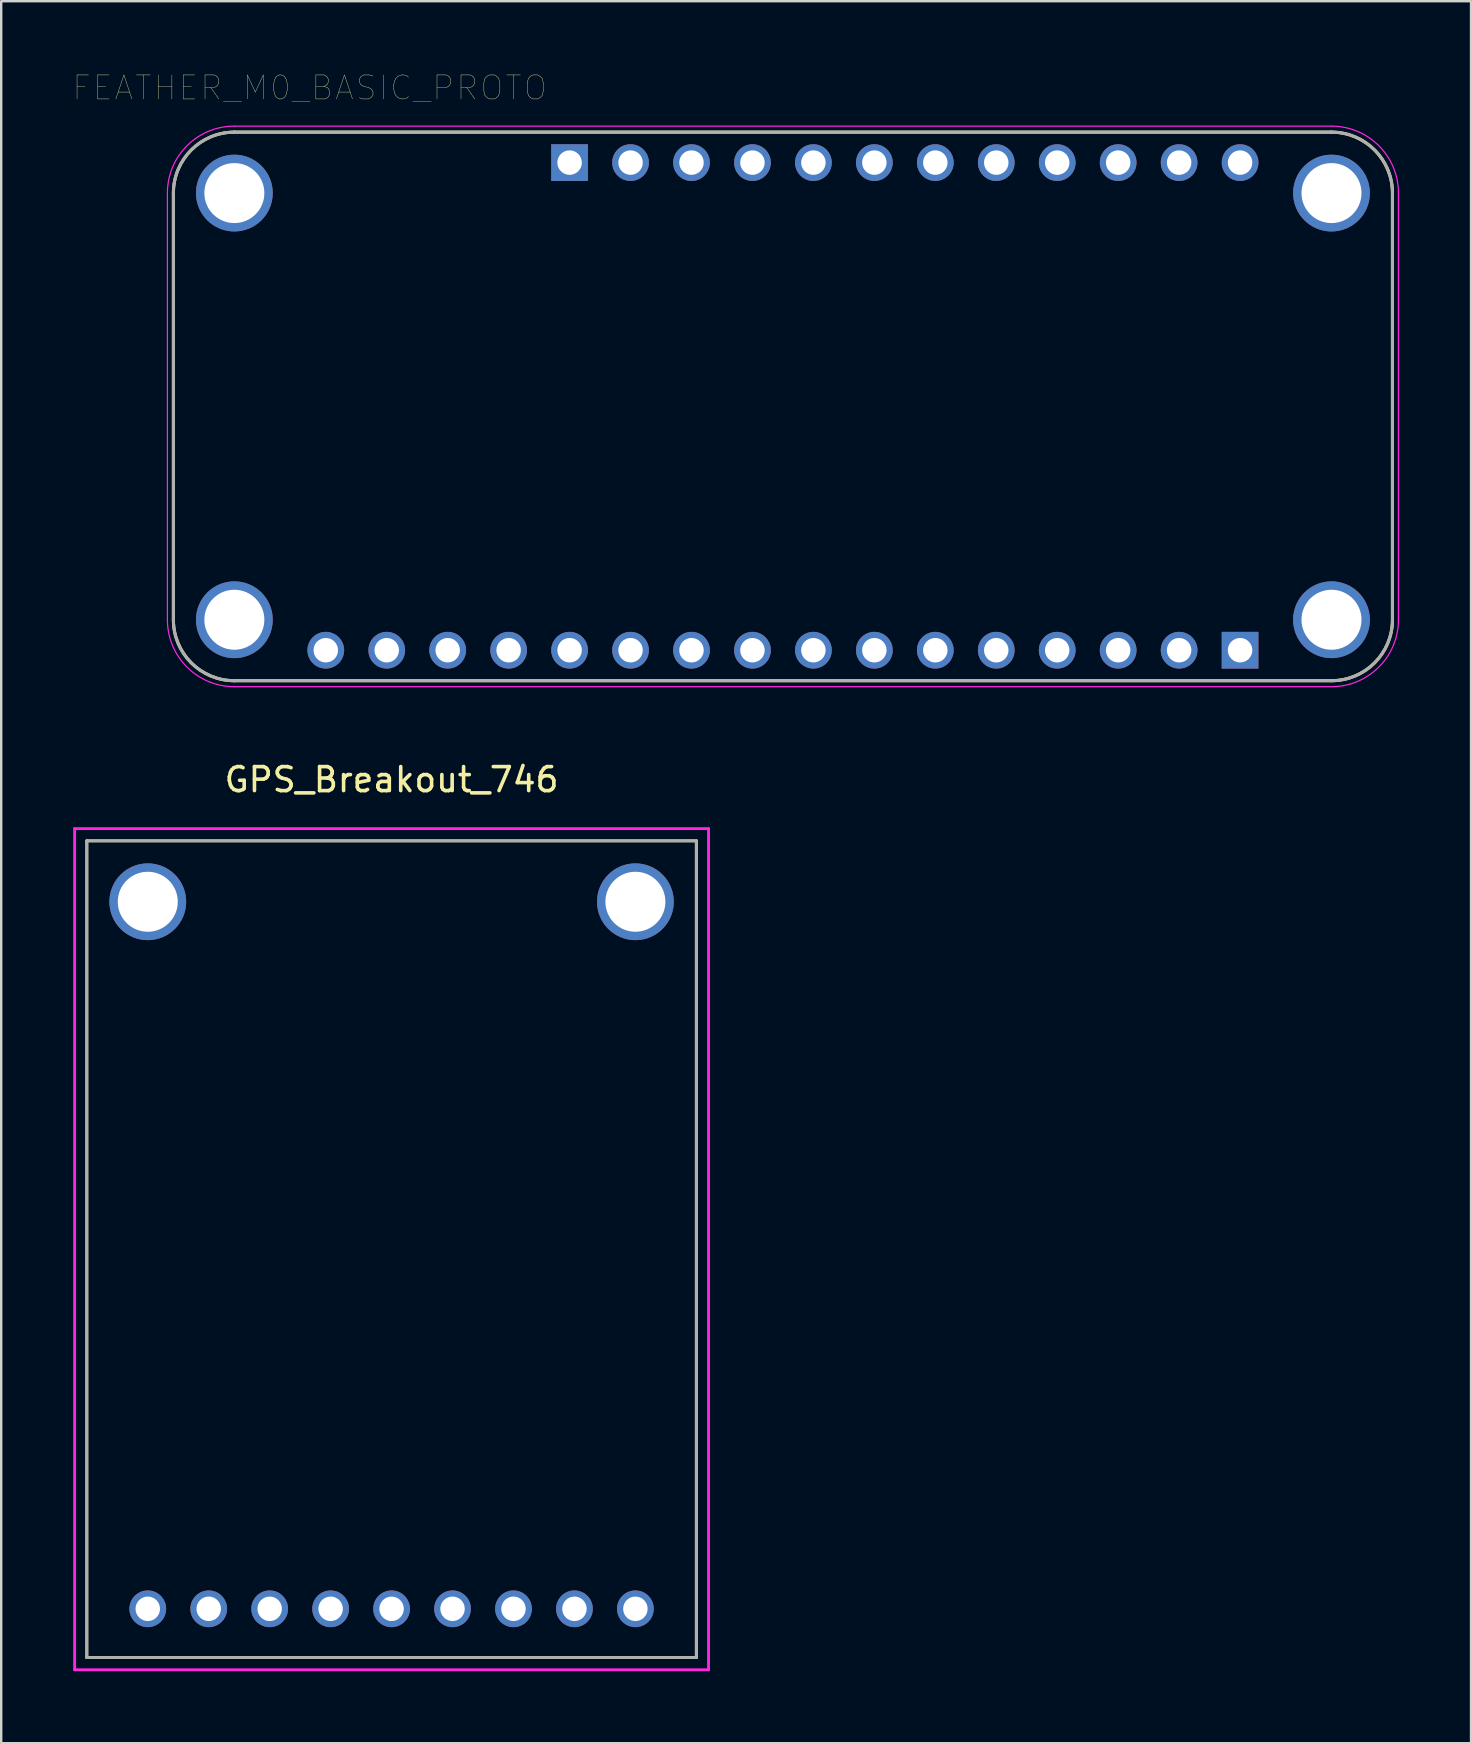
<source format=kicad_pcb>
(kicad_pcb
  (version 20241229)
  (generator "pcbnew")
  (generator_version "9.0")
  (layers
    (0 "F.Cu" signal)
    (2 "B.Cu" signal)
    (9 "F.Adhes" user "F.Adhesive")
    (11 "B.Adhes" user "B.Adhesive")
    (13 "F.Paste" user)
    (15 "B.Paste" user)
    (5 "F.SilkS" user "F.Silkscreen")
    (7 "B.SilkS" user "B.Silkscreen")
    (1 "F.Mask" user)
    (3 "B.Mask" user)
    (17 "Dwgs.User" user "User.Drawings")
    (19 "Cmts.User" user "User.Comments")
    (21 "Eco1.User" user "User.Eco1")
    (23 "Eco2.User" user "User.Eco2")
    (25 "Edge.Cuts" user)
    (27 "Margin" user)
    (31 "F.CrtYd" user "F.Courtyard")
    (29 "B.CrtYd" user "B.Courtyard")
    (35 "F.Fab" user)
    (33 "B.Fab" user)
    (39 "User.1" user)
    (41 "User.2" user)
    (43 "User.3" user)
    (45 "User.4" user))
  (footprint "GPS_Breakout_746"
    (layer "F.Cu")
    (at 13.268 28.94)
    (property "Reference" "GPS_Breakout_746" (at 0 0.5 0) (layer "F.SilkS") (effects (font (size 1 1) (thickness 0.15))))
    (attr through_hole)
    (fp_line (start -12.7 3.048) (end 12.7 3.048) (stroke (width 0.12) (type solid)) (layer "F.SilkS"))
    (fp_line (start -12.7 37.084) (end -12.7 3.048) (stroke (width 0.12) (type solid)) (layer "F.SilkS"))
    (fp_line (start 12.7 3.048) (end 12.7 37.084) (stroke (width 0.12) (type solid)) (layer "F.SilkS"))
    (fp_line (start 12.7 37.084) (end -12.7 37.084) (stroke (width 0.12) (type solid)) (layer "F.SilkS"))
    (fp_line (start -13.208 2.54) (end 13.208 2.54) (stroke (width 0.12) (type solid)) (layer "F.CrtYd"))
    (fp_line (start -13.208 37.592) (end -13.208 2.54) (stroke (width 0.12) (type solid)) (layer "F.CrtYd"))
    (fp_line (start 13.208 2.54) (end 13.208 37.592) (stroke (width 0.12) (type solid)) (layer "F.CrtYd"))
    (fp_line (start 13.208 37.592) (end -13.208 37.592) (stroke (width 0.12) (type solid)) (layer "F.CrtYd"))
    (fp_line (start -12.7 3.048) (end 12.7 3.048) (stroke (width 0.12) (type solid)) (layer "F.Fab"))
    (fp_line (start -12.7 37.084) (end -12.7 3.048) (stroke (width 0.12) (type solid)) (layer "F.Fab"))
    (fp_line (start 12.7 3.048) (end 12.7 37.084) (stroke (width 0.12) (type solid)) (layer "F.Fab"))
    (fp_line (start 12.7 37.084) (end -12.7 37.084) (stroke (width 0.12) (type solid)) (layer "F.Fab"))
    (pad "" thru_hole circle (at -10.16 5.588) (size 3.2 3.2) (drill 2.5) (layers "*.Cu" "*.Mask"))
    (pad "" thru_hole circle (at 10.16 5.588) (size 3.2 3.2) (drill 2.5) (layers "*.Cu" "*.Mask"))
    (pad "1" thru_hole circle (at 10.16 35.052) (size 1.53 1.53) (drill 1.02) (layers "*.Cu" "*.Mask"))
    (pad "2" thru_hole circle (at 7.62 35.052) (size 1.53 1.53) (drill 1.02) (layers "*.Cu" "*.Mask"))
    (pad "3" thru_hole circle (at 5.08 35.052) (size 1.53 1.53) (drill 1.02) (layers "*.Cu" "*.Mask"))
    (pad "4" thru_hole circle (at 2.54 35.052) (size 1.53 1.53) (drill 1.02) (layers "*.Cu" "*.Mask"))
    (pad "5" thru_hole circle (at 0 35.052) (size 1.53 1.53) (drill 1.02) (layers "*.Cu" "*.Mask"))
    (pad "6" thru_hole circle (at -2.54 35.052) (size 1.53 1.53) (drill 1.02) (layers "*.Cu" "*.Mask"))
    (pad "7" thru_hole circle (at -5.08 35.052) (size 1.53 1.53) (drill 1.02) (layers "*.Cu" "*.Mask"))
    (pad "8" thru_hole circle (at -7.62 35.052) (size 1.53 1.53) (drill 1.02) (layers "*.Cu" "*.Mask"))
    (pad "9" thru_hole circle (at -10.16 35.052) (size 1.53 1.53) (drill 1.02) (layers "*.Cu" "*.Mask")))
  (footprint "FEATHER_M0_BASIC_PROTO"
    (layer "F.Cu")
    (at 29.576 13.886)
    (property "Reference" "FEATHER_M0_BASIC_PROTO" (at -19.725 -13.275 0) (layer "F.SilkS") (effects (font (size 1 1) (thickness 0.015))))
    (attr through_hole)
    (fp_line (start -25.4 8.89) (end -25.4 -8.89) (stroke (width 0.127) (type solid)) (layer "F.SilkS"))
    (fp_line (start -22.86 -11.43) (end 22.86 -11.43) (stroke (width 0.127) (type solid)) (layer "F.SilkS"))
    (fp_line (start 22.86 11.43) (end -22.86 11.43) (stroke (width 0.127) (type solid)) (layer "F.SilkS"))
    (fp_line (start 25.4 -8.89) (end 25.4 8.89) (stroke (width 0.127) (type solid)) (layer "F.SilkS"))
    (fp_arc (start -25.4 -8.89) (mid -24.656051 -10.686051) (end -22.86 -11.43) (stroke (width 0.127) (type solid)) (layer "F.SilkS"))
    (fp_arc (start -22.86 11.43) (mid -24.656051 10.686051) (end -25.4 8.89) (stroke (width 0.127) (type solid)) (layer "F.SilkS"))
    (fp_arc (start 22.86 -11.43) (mid 24.656051 -10.686051) (end 25.4 -8.89) (stroke (width 0.127) (type solid)) (layer "F.SilkS"))
    (fp_arc (start 25.4 8.89) (mid 24.656051 10.686051) (end 22.86 11.43) (stroke (width 0.127) (type solid)) (layer "F.SilkS"))
    (fp_line (start -25.65 -8.89) (end -25.65 8.89) (stroke (width 0.05) (type solid)) (layer "F.CrtYd"))
    (fp_line (start -22.86 11.68) (end 22.86 11.68) (stroke (width 0.05) (type solid)) (layer "F.CrtYd"))
    (fp_line (start 22.86 -11.68) (end -22.86 -11.68) (stroke (width 0.05) (type solid)) (layer "F.CrtYd"))
    (fp_line (start 25.65 8.89) (end 25.65 -8.89) (stroke (width 0.05) (type solid)) (layer "F.CrtYd"))
    (fp_arc (start -25.65 -8.89) (mid -24.832828 -10.862828) (end -22.86 -11.68) (stroke (width 0.05) (type solid)) (layer "F.CrtYd"))
    (fp_arc (start -22.86 11.68) (mid -24.832828 10.862828) (end -25.65 8.89) (stroke (width 0.05) (type solid)) (layer "F.CrtYd"))
    (fp_arc (start 22.86 -11.68) (mid 24.832828 -10.862828) (end 25.65 -8.89) (stroke (width 0.05) (type solid)) (layer "F.CrtYd"))
    (fp_arc (start 25.65 8.89) (mid 24.832828 10.862828) (end 22.86 11.68) (stroke (width 0.05) (type solid)) (layer "F.CrtYd"))
    (fp_line (start -25.4 8.89) (end -25.4 -8.89) (stroke (width 0.127) (type solid)) (layer "F.Fab"))
    (fp_line (start -22.86 -11.43) (end 22.86 -11.43) (stroke (width 0.127) (type solid)) (layer "F.Fab"))
    (fp_line (start 22.86 11.43) (end -22.86 11.43) (stroke (width 0.127) (type solid)) (layer "F.Fab"))
    (fp_line (start 25.4 -8.89) (end 25.4 8.89) (stroke (width 0.127) (type solid)) (layer "F.Fab"))
    (fp_arc (start -25.4 -8.89) (mid -24.656051 -10.686051) (end -22.86 -11.43) (stroke (width 0.127) (type solid)) (layer "F.Fab"))
    (fp_arc (start -22.86 11.43) (mid -24.656051 10.686051) (end -25.4 8.89) (stroke (width 0.127) (type solid)) (layer "F.Fab"))
    (fp_arc (start 22.86 -11.43) (mid 24.656051 -10.686051) (end 25.4 -8.89) (stroke (width 0.127) (type solid)) (layer "F.Fab"))
    (fp_arc (start 25.4 8.89) (mid 24.656051 10.686051) (end 22.86 11.43) (stroke (width 0.127) (type solid)) (layer "F.Fab"))
    (pad "P$1" thru_hole circle (at -22.86 -8.89) (size 3.2 3.2) (drill 2.5) (layers "*.Cu" "*.Mask"))
    (pad "P$2" thru_hole circle (at -22.86 8.89) (size 3.2 3.2) (drill 2.5) (layers "*.Cu" "*.Mask"))
    (pad "P$3" thru_hole circle (at 22.86 8.89) (size 3.2 3.2) (drill 2.5) (layers "*.Cu" "*.Mask"))
    (pad "P$4" thru_hole circle (at 22.86 -8.89) (size 3.2 3.2) (drill 2.5) (layers "*.Cu" "*.Mask"))
    (pad "P1_1" thru_hole rect (at 19.05 10.16) (size 1.53 1.53) (drill 1.02) (layers "*.Cu" "*.Mask"))
    (pad "P1_2" thru_hole circle (at 16.51 10.16) (size 1.53 1.53) (drill 1.02) (layers "*.Cu" "*.Mask"))
    (pad "P1_3" thru_hole circle (at 13.97 10.16) (size 1.53 1.53) (drill 1.02) (layers "*.Cu" "*.Mask"))
    (pad "P1_4" thru_hole circle (at 11.43 10.16) (size 1.53 1.53) (drill 1.02) (layers "*.Cu" "*.Mask"))
    (pad "P1_5" thru_hole circle (at 8.89 10.16) (size 1.53 1.53) (drill 1.02) (layers "*.Cu" "*.Mask"))
    (pad "P1_6" thru_hole circle (at 6.35 10.16) (size 1.53 1.53) (drill 1.02) (layers "*.Cu" "*.Mask"))
    (pad "P1_7" thru_hole circle (at 3.81 10.16) (size 1.53 1.53) (drill 1.02) (layers "*.Cu" "*.Mask"))
    (pad "P1_8" thru_hole circle (at 1.27 10.16) (size 1.53 1.53) (drill 1.02) (layers "*.Cu" "*.Mask"))
    (pad "P1_9" thru_hole circle (at -1.27 10.16) (size 1.53 1.53) (drill 1.02) (layers "*.Cu" "*.Mask"))
    (pad "P1_10" thru_hole circle (at -3.81 10.16) (size 1.53 1.53) (drill 1.02) (layers "*.Cu" "*.Mask"))
    (pad "P1_11" thru_hole circle (at -6.35 10.16) (size 1.53 1.53) (drill 1.02) (layers "*.Cu" "*.Mask"))
    (pad "P1_12" thru_hole circle (at -8.89 10.16) (size 1.53 1.53) (drill 1.02) (layers "*.Cu" "*.Mask"))
    (pad "P1_13" thru_hole circle (at -11.43 10.16) (size 1.53 1.53) (drill 1.02) (layers "*.Cu" "*.Mask"))
    (pad "P1_14" thru_hole circle (at -13.97 10.16) (size 1.53 1.53) (drill 1.02) (layers "*.Cu" "*.Mask"))
    (pad "P1_15" thru_hole circle (at -16.51 10.16) (size 1.53 1.53) (drill 1.02) (layers "*.Cu" "*.Mask"))
    (pad "P1_16" thru_hole circle (at -19.05 10.16) (size 1.53 1.53) (drill 1.02) (layers "*.Cu" "*.Mask"))
    (pad "P2_1" thru_hole rect (at -8.89 -10.16) (size 1.53 1.53) (drill 1.02) (layers "*.Cu" "*.Mask"))
    (pad "P2_2" thru_hole circle (at -6.35 -10.16) (size 1.53 1.53) (drill 1.02) (layers "*.Cu" "*.Mask"))
    (pad "P2_3" thru_hole circle (at -3.81 -10.16) (size 1.53 1.53) (drill 1.02) (layers "*.Cu" "*.Mask"))
    (pad "P2_4" thru_hole circle (at -1.27 -10.16) (size 1.53 1.53) (drill 1.02) (layers "*.Cu" "*.Mask"))
    (pad "P2_5" thru_hole circle (at 1.27 -10.16) (size 1.53 1.53) (drill 1.02) (layers "*.Cu" "*.Mask"))
    (pad "P2_6" thru_hole circle (at 3.81 -10.16) (size 1.53 1.53) (drill 1.02) (layers "*.Cu" "*.Mask"))
    (pad "P2_7" thru_hole circle (at 6.35 -10.16) (size 1.53 1.53) (drill 1.02) (layers "*.Cu" "*.Mask"))
    (pad "P2_8" thru_hole circle (at 8.89 -10.16) (size 1.53 1.53) (drill 1.02) (layers "*.Cu" "*.Mask"))
    (pad "P2_9" thru_hole circle (at 11.43 -10.16) (size 1.53 1.53) (drill 1.02) (layers "*.Cu" "*.Mask"))
    (pad "P2_10" thru_hole circle (at 13.97 -10.16) (size 1.53 1.53) (drill 1.02) (layers "*.Cu" "*.Mask"))
    (pad "P2_11" thru_hole circle (at 16.51 -10.16) (size 1.53 1.53) (drill 1.02) (layers "*.Cu" "*.Mask"))
    (pad "P2_12" thru_hole circle (at 19.05 -10.16) (size 1.53 1.53) (drill 1.02) (layers "*.Cu" "*.Mask")))
  (gr_rect
    (start -3 -3)
    (end 58.251 69.592)
    (stroke (width 0.1) (type default))
    (fill no)
    (layer "Edge.Cuts")))
</source>
